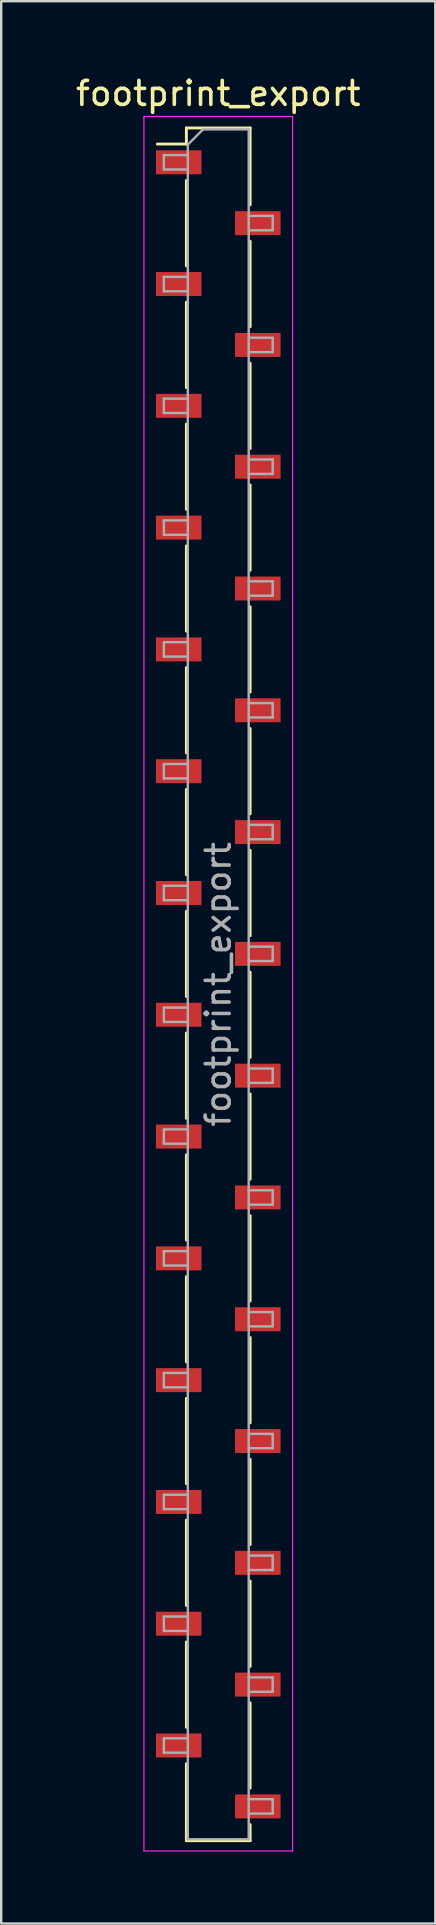
<source format=kicad_pcb>
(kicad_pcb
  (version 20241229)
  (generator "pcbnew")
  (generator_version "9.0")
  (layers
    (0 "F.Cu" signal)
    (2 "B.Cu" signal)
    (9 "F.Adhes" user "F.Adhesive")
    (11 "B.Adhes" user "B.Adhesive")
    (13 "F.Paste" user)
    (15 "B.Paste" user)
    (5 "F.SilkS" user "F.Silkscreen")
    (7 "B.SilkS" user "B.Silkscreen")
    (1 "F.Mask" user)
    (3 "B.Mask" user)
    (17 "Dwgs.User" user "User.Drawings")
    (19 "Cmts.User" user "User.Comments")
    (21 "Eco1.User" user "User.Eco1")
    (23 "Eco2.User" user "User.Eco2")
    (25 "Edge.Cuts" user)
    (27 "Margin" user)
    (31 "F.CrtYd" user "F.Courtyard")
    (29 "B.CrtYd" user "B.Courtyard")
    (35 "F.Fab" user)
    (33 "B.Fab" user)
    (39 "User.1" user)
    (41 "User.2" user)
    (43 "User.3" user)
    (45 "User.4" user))
  (footprint "footprint_export"
    (layer "F.Cu")
    (at 6.054 38.008)
    (property "Reference" "footprint_export" (at 0 -37.16 0) (layer "F.SilkS") (effects (font (size 1 1) (thickness 0.15))))
    (attr smd)
    (fp_line (start -2.54 -35.05) (end -1.33 -35.05) (stroke (width 0.12) (type solid)) (layer "F.SilkS"))
    (fp_line (start -1.33 -35.72) (end -1.33 -35.05) (stroke (width 0.12) (type solid)) (layer "F.SilkS"))
    (fp_line (start -1.33 -35.72) (end 1.33 -35.72) (stroke (width 0.12) (type solid)) (layer "F.SilkS"))
    (fp_line (start -1.33 -33.53) (end -1.33 -29.97) (stroke (width 0.12) (type solid)) (layer "F.SilkS"))
    (fp_line (start -1.33 -28.45) (end -1.33 -24.89) (stroke (width 0.12) (type solid)) (layer "F.SilkS"))
    (fp_line (start -1.33 -23.37) (end -1.33 -19.81) (stroke (width 0.12) (type solid)) (layer "F.SilkS"))
    (fp_line (start -1.33 -18.29) (end -1.33 -14.73) (stroke (width 0.12) (type solid)) (layer "F.SilkS"))
    (fp_line (start -1.33 -13.21) (end -1.33 -9.65) (stroke (width 0.12) (type solid)) (layer "F.SilkS"))
    (fp_line (start -1.33 -8.13) (end -1.33 -4.57) (stroke (width 0.12) (type solid)) (layer "F.SilkS"))
    (fp_line (start -1.33 -3.05) (end -1.33 0.51) (stroke (width 0.12) (type solid)) (layer "F.SilkS"))
    (fp_line (start -1.33 2.03) (end -1.33 5.59) (stroke (width 0.12) (type solid)) (layer "F.SilkS"))
    (fp_line (start -1.33 7.11) (end -1.33 10.67) (stroke (width 0.12) (type solid)) (layer "F.SilkS"))
    (fp_line (start -1.33 12.19) (end -1.33 15.75) (stroke (width 0.12) (type solid)) (layer "F.SilkS"))
    (fp_line (start -1.33 17.27) (end -1.33 20.83) (stroke (width 0.12) (type solid)) (layer "F.SilkS"))
    (fp_line (start -1.33 22.35) (end -1.33 25.91) (stroke (width 0.12) (type solid)) (layer "F.SilkS"))
    (fp_line (start -1.33 27.43) (end -1.33 30.99) (stroke (width 0.12) (type solid)) (layer "F.SilkS"))
    (fp_line (start -1.33 32.51) (end -1.33 35.72) (stroke (width 0.12) (type solid)) (layer "F.SilkS"))
    (fp_line (start -1.33 35.72) (end 1.33 35.72) (stroke (width 0.12) (type solid)) (layer "F.SilkS"))
    (fp_line (start 1.33 -35.72) (end 1.33 -32.51) (stroke (width 0.12) (type solid)) (layer "F.SilkS"))
    (fp_line (start 1.33 -30.99) (end 1.33 -27.43) (stroke (width 0.12) (type solid)) (layer "F.SilkS"))
    (fp_line (start 1.33 -25.91) (end 1.33 -22.35) (stroke (width 0.12) (type solid)) (layer "F.SilkS"))
    (fp_line (start 1.33 -20.83) (end 1.33 -17.27) (stroke (width 0.12) (type solid)) (layer "F.SilkS"))
    (fp_line (start 1.33 -15.75) (end 1.33 -12.19) (stroke (width 0.12) (type solid)) (layer "F.SilkS"))
    (fp_line (start 1.33 -10.67) (end 1.33 -7.11) (stroke (width 0.12) (type solid)) (layer "F.SilkS"))
    (fp_line (start 1.33 -5.59) (end 1.33 -2.03) (stroke (width 0.12) (type solid)) (layer "F.SilkS"))
    (fp_line (start 1.33 -0.51) (end 1.33 3.05) (stroke (width 0.12) (type solid)) (layer "F.SilkS"))
    (fp_line (start 1.33 4.57) (end 1.33 8.13) (stroke (width 0.12) (type solid)) (layer "F.SilkS"))
    (fp_line (start 1.33 9.65) (end 1.33 13.21) (stroke (width 0.12) (type solid)) (layer "F.SilkS"))
    (fp_line (start 1.33 14.73) (end 1.33 18.29) (stroke (width 0.12) (type solid)) (layer "F.SilkS"))
    (fp_line (start 1.33 19.81) (end 1.33 23.37) (stroke (width 0.12) (type solid)) (layer "F.SilkS"))
    (fp_line (start 1.33 24.89) (end 1.33 28.45) (stroke (width 0.12) (type solid)) (layer "F.SilkS"))
    (fp_line (start 1.33 29.97) (end 1.33 33.53) (stroke (width 0.12) (type solid)) (layer "F.SilkS"))
    (fp_line (start 1.33 35.05) (end 1.33 35.72) (stroke (width 0.12) (type solid)) (layer "F.SilkS"))
    (fp_line (start -3.1 -36.2) (end 3.1 -36.2) (stroke (width 0.05) (type solid)) (layer "F.CrtYd"))
    (fp_line (start -3.1 36.15) (end -3.1 -36.2) (stroke (width 0.05) (type solid)) (layer "F.CrtYd"))
    (fp_line (start 3.1 -36.2) (end 3.1 36.15) (stroke (width 0.05) (type solid)) (layer "F.CrtYd"))
    (fp_line (start 3.1 36.15) (end -3.1 36.15) (stroke (width 0.05) (type solid)) (layer "F.CrtYd"))
    (fp_line (start -2.27 -34.59) (end -1.27 -34.59) (stroke (width 0.1) (type solid)) (layer "F.Fab"))
    (fp_line (start -2.27 -33.99) (end -2.27 -34.59) (stroke (width 0.1) (type solid)) (layer "F.Fab"))
    (fp_line (start -2.27 -29.51) (end -1.27 -29.51) (stroke (width 0.1) (type solid)) (layer "F.Fab"))
    (fp_line (start -2.27 -28.91) (end -2.27 -29.51) (stroke (width 0.1) (type solid)) (layer "F.Fab"))
    (fp_line (start -2.27 -24.43) (end -1.27 -24.43) (stroke (width 0.1) (type solid)) (layer "F.Fab"))
    (fp_line (start -2.27 -23.83) (end -2.27 -24.43) (stroke (width 0.1) (type solid)) (layer "F.Fab"))
    (fp_line (start -2.27 -19.35) (end -1.27 -19.35) (stroke (width 0.1) (type solid)) (layer "F.Fab"))
    (fp_line (start -2.27 -18.75) (end -2.27 -19.35) (stroke (width 0.1) (type solid)) (layer "F.Fab"))
    (fp_line (start -2.27 -14.27) (end -1.27 -14.27) (stroke (width 0.1) (type solid)) (layer "F.Fab"))
    (fp_line (start -2.27 -13.67) (end -2.27 -14.27) (stroke (width 0.1) (type solid)) (layer "F.Fab"))
    (fp_line (start -2.27 -9.19) (end -1.27 -9.19) (stroke (width 0.1) (type solid)) (layer "F.Fab"))
    (fp_line (start -2.27 -8.59) (end -2.27 -9.19) (stroke (width 0.1) (type solid)) (layer "F.Fab"))
    (fp_line (start -2.27 -4.11) (end -1.27 -4.11) (stroke (width 0.1) (type solid)) (layer "F.Fab"))
    (fp_line (start -2.27 -3.51) (end -2.27 -4.11) (stroke (width 0.1) (type solid)) (layer "F.Fab"))
    (fp_line (start -2.27 0.97) (end -1.27 0.97) (stroke (width 0.1) (type solid)) (layer "F.Fab"))
    (fp_line (start -2.27 1.57) (end -2.27 0.97) (stroke (width 0.1) (type solid)) (layer "F.Fab"))
    (fp_line (start -2.27 6.05) (end -1.27 6.05) (stroke (width 0.1) (type solid)) (layer "F.Fab"))
    (fp_line (start -2.27 6.65) (end -2.27 6.05) (stroke (width 0.1) (type solid)) (layer "F.Fab"))
    (fp_line (start -2.27 11.13) (end -1.27 11.13) (stroke (width 0.1) (type solid)) (layer "F.Fab"))
    (fp_line (start -2.27 11.73) (end -2.27 11.13) (stroke (width 0.1) (type solid)) (layer "F.Fab"))
    (fp_line (start -2.27 16.21) (end -1.27 16.21) (stroke (width 0.1) (type solid)) (layer "F.Fab"))
    (fp_line (start -2.27 16.81) (end -2.27 16.21) (stroke (width 0.1) (type solid)) (layer "F.Fab"))
    (fp_line (start -2.27 21.29) (end -1.27 21.29) (stroke (width 0.1) (type solid)) (layer "F.Fab"))
    (fp_line (start -2.27 21.89) (end -2.27 21.29) (stroke (width 0.1) (type solid)) (layer "F.Fab"))
    (fp_line (start -2.27 26.37) (end -1.27 26.37) (stroke (width 0.1) (type solid)) (layer "F.Fab"))
    (fp_line (start -2.27 26.97) (end -2.27 26.37) (stroke (width 0.1) (type solid)) (layer "F.Fab"))
    (fp_line (start -2.27 31.45) (end -1.27 31.45) (stroke (width 0.1) (type solid)) (layer "F.Fab"))
    (fp_line (start -2.27 32.05) (end -2.27 31.45) (stroke (width 0.1) (type solid)) (layer "F.Fab"))
    (fp_line (start -1.27 -35.025) (end -0.635 -35.66) (stroke (width 0.1) (type solid)) (layer "F.Fab"))
    (fp_line (start -1.27 -33.99) (end -2.27 -33.99) (stroke (width 0.1) (type solid)) (layer "F.Fab"))
    (fp_line (start -1.27 -28.91) (end -2.27 -28.91) (stroke (width 0.1) (type solid)) (layer "F.Fab"))
    (fp_line (start -1.27 -23.83) (end -2.27 -23.83) (stroke (width 0.1) (type solid)) (layer "F.Fab"))
    (fp_line (start -1.27 -18.75) (end -2.27 -18.75) (stroke (width 0.1) (type solid)) (layer "F.Fab"))
    (fp_line (start -1.27 -13.67) (end -2.27 -13.67) (stroke (width 0.1) (type solid)) (layer "F.Fab"))
    (fp_line (start -1.27 -8.59) (end -2.27 -8.59) (stroke (width 0.1) (type solid)) (layer "F.Fab"))
    (fp_line (start -1.27 -3.51) (end -2.27 -3.51) (stroke (width 0.1) (type solid)) (layer "F.Fab"))
    (fp_line (start -1.27 1.57) (end -2.27 1.57) (stroke (width 0.1) (type solid)) (layer "F.Fab"))
    (fp_line (start -1.27 6.65) (end -2.27 6.65) (stroke (width 0.1) (type solid)) (layer "F.Fab"))
    (fp_line (start -1.27 11.73) (end -2.27 11.73) (stroke (width 0.1) (type solid)) (layer "F.Fab"))
    (fp_line (start -1.27 16.81) (end -2.27 16.81) (stroke (width 0.1) (type solid)) (layer "F.Fab"))
    (fp_line (start -1.27 21.89) (end -2.27 21.89) (stroke (width 0.1) (type solid)) (layer "F.Fab"))
    (fp_line (start -1.27 26.97) (end -2.27 26.97) (stroke (width 0.1) (type solid)) (layer "F.Fab"))
    (fp_line (start -1.27 32.05) (end -2.27 32.05) (stroke (width 0.1) (type solid)) (layer "F.Fab"))
    (fp_line (start -1.27 35.66) (end -1.27 -35.025) (stroke (width 0.1) (type solid)) (layer "F.Fab"))
    (fp_line (start -0.635 -35.66) (end 1.27 -35.66) (stroke (width 0.1) (type solid)) (layer "F.Fab"))
    (fp_line (start 1.27 -35.66) (end 1.27 35.66) (stroke (width 0.1) (type solid)) (layer "F.Fab"))
    (fp_line (start 1.27 -32.05) (end 2.27 -32.05) (stroke (width 0.1) (type solid)) (layer "F.Fab"))
    (fp_line (start 1.27 -26.97) (end 2.27 -26.97) (stroke (width 0.1) (type solid)) (layer "F.Fab"))
    (fp_line (start 1.27 -21.89) (end 2.27 -21.89) (stroke (width 0.1) (type solid)) (layer "F.Fab"))
    (fp_line (start 1.27 -16.81) (end 2.27 -16.81) (stroke (width 0.1) (type solid)) (layer "F.Fab"))
    (fp_line (start 1.27 -11.73) (end 2.27 -11.73) (stroke (width 0.1) (type solid)) (layer "F.Fab"))
    (fp_line (start 1.27 -6.65) (end 2.27 -6.65) (stroke (width 0.1) (type solid)) (layer "F.Fab"))
    (fp_line (start 1.27 -1.57) (end 2.27 -1.57) (stroke (width 0.1) (type solid)) (layer "F.Fab"))
    (fp_line (start 1.27 3.51) (end 2.27 3.51) (stroke (width 0.1) (type solid)) (layer "F.Fab"))
    (fp_line (start 1.27 8.59) (end 2.27 8.59) (stroke (width 0.1) (type solid)) (layer "F.Fab"))
    (fp_line (start 1.27 13.67) (end 2.27 13.67) (stroke (width 0.1) (type solid)) (layer "F.Fab"))
    (fp_line (start 1.27 18.75) (end 2.27 18.75) (stroke (width 0.1) (type solid)) (layer "F.Fab"))
    (fp_line (start 1.27 23.83) (end 2.27 23.83) (stroke (width 0.1) (type solid)) (layer "F.Fab"))
    (fp_line (start 1.27 28.91) (end 2.27 28.91) (stroke (width 0.1) (type solid)) (layer "F.Fab"))
    (fp_line (start 1.27 33.99) (end 2.27 33.99) (stroke (width 0.1) (type solid)) (layer "F.Fab"))
    (fp_line (start 1.27 35.66) (end -1.27 35.66) (stroke (width 0.1) (type solid)) (layer "F.Fab"))
    (fp_line (start 2.27 -32.05) (end 2.27 -31.45) (stroke (width 0.1) (type solid)) (layer "F.Fab"))
    (fp_line (start 2.27 -31.45) (end 1.27 -31.45) (stroke (width 0.1) (type solid)) (layer "F.Fab"))
    (fp_line (start 2.27 -26.97) (end 2.27 -26.37) (stroke (width 0.1) (type solid)) (layer "F.Fab"))
    (fp_line (start 2.27 -26.37) (end 1.27 -26.37) (stroke (width 0.1) (type solid)) (layer "F.Fab"))
    (fp_line (start 2.27 -21.89) (end 2.27 -21.29) (stroke (width 0.1) (type solid)) (layer "F.Fab"))
    (fp_line (start 2.27 -21.29) (end 1.27 -21.29) (stroke (width 0.1) (type solid)) (layer "F.Fab"))
    (fp_line (start 2.27 -16.81) (end 2.27 -16.21) (stroke (width 0.1) (type solid)) (layer "F.Fab"))
    (fp_line (start 2.27 -16.21) (end 1.27 -16.21) (stroke (width 0.1) (type solid)) (layer "F.Fab"))
    (fp_line (start 2.27 -11.73) (end 2.27 -11.13) (stroke (width 0.1) (type solid)) (layer "F.Fab"))
    (fp_line (start 2.27 -11.13) (end 1.27 -11.13) (stroke (width 0.1) (type solid)) (layer "F.Fab"))
    (fp_line (start 2.27 -6.65) (end 2.27 -6.05) (stroke (width 0.1) (type solid)) (layer "F.Fab"))
    (fp_line (start 2.27 -6.05) (end 1.27 -6.05) (stroke (width 0.1) (type solid)) (layer "F.Fab"))
    (fp_line (start 2.27 -1.57) (end 2.27 -0.97) (stroke (width 0.1) (type solid)) (layer "F.Fab"))
    (fp_line (start 2.27 -0.97) (end 1.27 -0.97) (stroke (width 0.1) (type solid)) (layer "F.Fab"))
    (fp_line (start 2.27 3.51) (end 2.27 4.11) (stroke (width 0.1) (type solid)) (layer "F.Fab"))
    (fp_line (start 2.27 4.11) (end 1.27 4.11) (stroke (width 0.1) (type solid)) (layer "F.Fab"))
    (fp_line (start 2.27 8.59) (end 2.27 9.19) (stroke (width 0.1) (type solid)) (layer "F.Fab"))
    (fp_line (start 2.27 9.19) (end 1.27 9.19) (stroke (width 0.1) (type solid)) (layer "F.Fab"))
    (fp_line (start 2.27 13.67) (end 2.27 14.27) (stroke (width 0.1) (type solid)) (layer "F.Fab"))
    (fp_line (start 2.27 14.27) (end 1.27 14.27) (stroke (width 0.1) (type solid)) (layer "F.Fab"))
    (fp_line (start 2.27 18.75) (end 2.27 19.35) (stroke (width 0.1) (type solid)) (layer "F.Fab"))
    (fp_line (start 2.27 19.35) (end 1.27 19.35) (stroke (width 0.1) (type solid)) (layer "F.Fab"))
    (fp_line (start 2.27 23.83) (end 2.27 24.43) (stroke (width 0.1) (type solid)) (layer "F.Fab"))
    (fp_line (start 2.27 24.43) (end 1.27 24.43) (stroke (width 0.1) (type solid)) (layer "F.Fab"))
    (fp_line (start 2.27 28.91) (end 2.27 29.51) (stroke (width 0.1) (type solid)) (layer "F.Fab"))
    (fp_line (start 2.27 29.51) (end 1.27 29.51) (stroke (width 0.1) (type solid)) (layer "F.Fab"))
    (fp_line (start 2.27 33.99) (end 2.27 34.59) (stroke (width 0.1) (type solid)) (layer "F.Fab"))
    (fp_line (start 2.27 34.59) (end 1.27 34.59) (stroke (width 0.1) (type solid)) (layer "F.Fab"))
    (fp_text user "${REFERENCE}" (at 0 0 90) (layer "F.Fab") (effects (font (size 1 1) (thickness 0.15))))
    (pad "1" smd rect (at -1.65 -34.29) (size 1.9 1) (layers "F.Cu" "F.Mask" "F.Paste"))
    (pad "2" smd rect (at 1.65 -31.75) (size 1.9 1) (layers "F.Cu" "F.Mask" "F.Paste"))
    (pad "3" smd rect (at -1.65 -29.21) (size 1.9 1) (layers "F.Cu" "F.Mask" "F.Paste"))
    (pad "4" smd rect (at 1.65 -26.67) (size 1.9 1) (layers "F.Cu" "F.Mask" "F.Paste"))
    (pad "5" smd rect (at -1.65 -24.13) (size 1.9 1) (layers "F.Cu" "F.Mask" "F.Paste"))
    (pad "6" smd rect (at 1.65 -21.59) (size 1.9 1) (layers "F.Cu" "F.Mask" "F.Paste"))
    (pad "7" smd rect (at -1.65 -19.05) (size 1.9 1) (layers "F.Cu" "F.Mask" "F.Paste"))
    (pad "8" smd rect (at 1.65 -16.51) (size 1.9 1) (layers "F.Cu" "F.Mask" "F.Paste"))
    (pad "9" smd rect (at -1.65 -13.97) (size 1.9 1) (layers "F.Cu" "F.Mask" "F.Paste"))
    (pad "10" smd rect (at 1.65 -11.43) (size 1.9 1) (layers "F.Cu" "F.Mask" "F.Paste"))
    (pad "11" smd rect (at -1.65 -8.89) (size 1.9 1) (layers "F.Cu" "F.Mask" "F.Paste"))
    (pad "12" smd rect (at 1.65 -6.35) (size 1.9 1) (layers "F.Cu" "F.Mask" "F.Paste"))
    (pad "13" smd rect (at -1.65 -3.81) (size 1.9 1) (layers "F.Cu" "F.Mask" "F.Paste"))
    (pad "14" smd rect (at 1.65 -1.27) (size 1.9 1) (layers "F.Cu" "F.Mask" "F.Paste"))
    (pad "15" smd rect (at -1.65 1.27) (size 1.9 1) (layers "F.Cu" "F.Mask" "F.Paste"))
    (pad "16" smd rect (at 1.65 3.81) (size 1.9 1) (layers "F.Cu" "F.Mask" "F.Paste"))
    (pad "17" smd rect (at -1.65 6.35) (size 1.9 1) (layers "F.Cu" "F.Mask" "F.Paste"))
    (pad "18" smd rect (at 1.65 8.89) (size 1.9 1) (layers "F.Cu" "F.Mask" "F.Paste"))
    (pad "19" smd rect (at -1.65 11.43) (size 1.9 1) (layers "F.Cu" "F.Mask" "F.Paste"))
    (pad "20" smd rect (at 1.65 13.97) (size 1.9 1) (layers "F.Cu" "F.Mask" "F.Paste"))
    (pad "21" smd rect (at -1.65 16.51) (size 1.9 1) (layers "F.Cu" "F.Mask" "F.Paste"))
    (pad "22" smd rect (at 1.65 19.05) (size 1.9 1) (layers "F.Cu" "F.Mask" "F.Paste"))
    (pad "23" smd rect (at -1.65 21.59) (size 1.9 1) (layers "F.Cu" "F.Mask" "F.Paste"))
    (pad "24" smd rect (at 1.65 24.13) (size 1.9 1) (layers "F.Cu" "F.Mask" "F.Paste"))
    (pad "25" smd rect (at -1.65 26.67) (size 1.9 1) (layers "F.Cu" "F.Mask" "F.Paste"))
    (pad "26" smd rect (at 1.65 29.21) (size 1.9 1) (layers "F.Cu" "F.Mask" "F.Paste"))
    (pad "27" smd rect (at -1.65 31.75) (size 1.9 1) (layers "F.Cu" "F.Mask" "F.Paste"))
    (pad "28" smd rect (at 1.65 34.29) (size 1.9 1) (layers "F.Cu" "F.Mask" "F.Paste")))
  (gr_rect
    (start -3 -3)
    (end 15.107 77.183)
    (stroke (width 0.1) (type default))
    (fill no)
    (layer "Edge.Cuts")))
</source>
